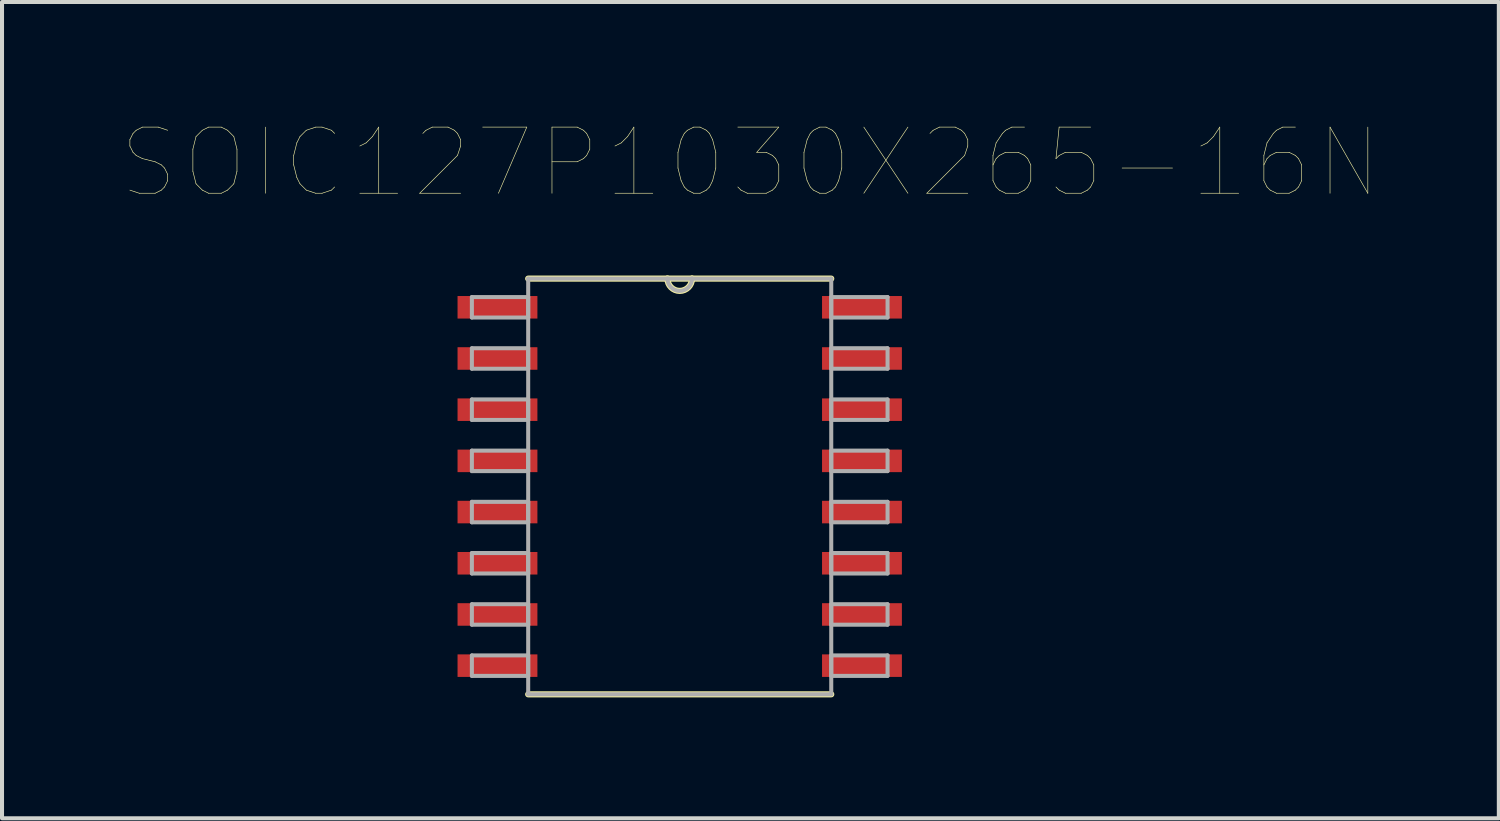
<source format=kicad_pcb>
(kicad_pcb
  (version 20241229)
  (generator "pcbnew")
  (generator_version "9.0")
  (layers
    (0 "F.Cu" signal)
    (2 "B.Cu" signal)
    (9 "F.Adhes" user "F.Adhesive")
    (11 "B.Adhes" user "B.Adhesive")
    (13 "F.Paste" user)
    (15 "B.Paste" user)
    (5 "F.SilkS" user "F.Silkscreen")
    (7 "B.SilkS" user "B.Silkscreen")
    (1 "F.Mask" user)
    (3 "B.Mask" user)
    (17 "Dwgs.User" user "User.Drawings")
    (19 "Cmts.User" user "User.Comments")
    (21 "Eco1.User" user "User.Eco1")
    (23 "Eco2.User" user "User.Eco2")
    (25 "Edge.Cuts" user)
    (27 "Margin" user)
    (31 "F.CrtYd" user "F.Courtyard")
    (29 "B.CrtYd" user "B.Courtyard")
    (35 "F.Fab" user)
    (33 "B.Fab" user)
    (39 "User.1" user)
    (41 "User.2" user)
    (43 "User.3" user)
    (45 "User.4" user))
  (footprint "SOIC127P1030X265-16N"
    (layer "F.Cu")
    (at 13.812 9.018)
    (property "Reference" "SOIC127P1030X265-16N" (at 1.754 -8.032 0) (layer "F.SilkS") (effects (font (size 1.641 1.641) (thickness 0.015))))
    (attr through_hole)
    (fp_line (start -3.759 5.156) (end 3.759 5.156) (stroke (width 0.152) (type solid)) (layer "F.SilkS"))
    (fp_line (start -0.305 -5.156) (end -3.759 -5.156) (stroke (width 0.152) (type solid)) (layer "F.SilkS"))
    (fp_line (start 0.305 -5.156) (end -0.305 -5.156) (stroke (width 0.152) (type solid)) (layer "F.SilkS"))
    (fp_line (start 3.759 -5.156) (end 0.305 -5.156) (stroke (width 0.152) (type solid)) (layer "F.SilkS"))
    (fp_arc (start 0.3048 -5.1562) (mid 0 -4.8514) (end -0.3048 -5.1562) (stroke (width 0.1524) (type solid)) (layer "F.SilkS"))
    (fp_line (start -5.156 -4.699) (end -5.156 -4.191) (stroke (width 0.1) (type solid)) (layer "F.Fab"))
    (fp_line (start -5.156 -4.191) (end -3.759 -4.191) (stroke (width 0.1) (type solid)) (layer "F.Fab"))
    (fp_line (start -5.156 -3.429) (end -5.156 -2.921) (stroke (width 0.1) (type solid)) (layer "F.Fab"))
    (fp_line (start -5.156 -2.921) (end -3.759 -2.921) (stroke (width 0.1) (type solid)) (layer "F.Fab"))
    (fp_line (start -5.156 -2.159) (end -5.156 -1.651) (stroke (width 0.1) (type solid)) (layer "F.Fab"))
    (fp_line (start -5.156 -1.651) (end -3.759 -1.651) (stroke (width 0.1) (type solid)) (layer "F.Fab"))
    (fp_line (start -5.156 -0.889) (end -5.156 -0.381) (stroke (width 0.1) (type solid)) (layer "F.Fab"))
    (fp_line (start -5.156 -0.381) (end -3.759 -0.381) (stroke (width 0.1) (type solid)) (layer "F.Fab"))
    (fp_line (start -5.156 0.381) (end -5.156 0.889) (stroke (width 0.1) (type solid)) (layer "F.Fab"))
    (fp_line (start -5.156 0.889) (end -3.759 0.889) (stroke (width 0.1) (type solid)) (layer "F.Fab"))
    (fp_line (start -5.156 1.651) (end -5.156 2.159) (stroke (width 0.1) (type solid)) (layer "F.Fab"))
    (fp_line (start -5.156 2.159) (end -3.759 2.159) (stroke (width 0.1) (type solid)) (layer "F.Fab"))
    (fp_line (start -5.156 2.921) (end -5.156 3.429) (stroke (width 0.1) (type solid)) (layer "F.Fab"))
    (fp_line (start -5.156 3.429) (end -3.759 3.429) (stroke (width 0.1) (type solid)) (layer "F.Fab"))
    (fp_line (start -5.156 4.191) (end -5.156 4.699) (stroke (width 0.1) (type solid)) (layer "F.Fab"))
    (fp_line (start -5.156 4.699) (end -3.759 4.699) (stroke (width 0.1) (type solid)) (layer "F.Fab"))
    (fp_line (start -3.759 -5.156) (end -3.759 5.156) (stroke (width 0.1) (type solid)) (layer "F.Fab"))
    (fp_line (start -3.759 -4.699) (end -5.156 -4.699) (stroke (width 0.1) (type solid)) (layer "F.Fab"))
    (fp_line (start -3.759 -4.191) (end -3.759 -4.699) (stroke (width 0.1) (type solid)) (layer "F.Fab"))
    (fp_line (start -3.759 -3.429) (end -5.156 -3.429) (stroke (width 0.1) (type solid)) (layer "F.Fab"))
    (fp_line (start -3.759 -2.921) (end -3.759 -3.429) (stroke (width 0.1) (type solid)) (layer "F.Fab"))
    (fp_line (start -3.759 -2.159) (end -5.156 -2.159) (stroke (width 0.1) (type solid)) (layer "F.Fab"))
    (fp_line (start -3.759 -1.651) (end -3.759 -2.159) (stroke (width 0.1) (type solid)) (layer "F.Fab"))
    (fp_line (start -3.759 -0.889) (end -5.156 -0.889) (stroke (width 0.1) (type solid)) (layer "F.Fab"))
    (fp_line (start -3.759 -0.381) (end -3.759 -0.889) (stroke (width 0.1) (type solid)) (layer "F.Fab"))
    (fp_line (start -3.759 0.381) (end -5.156 0.381) (stroke (width 0.1) (type solid)) (layer "F.Fab"))
    (fp_line (start -3.759 0.889) (end -3.759 0.381) (stroke (width 0.1) (type solid)) (layer "F.Fab"))
    (fp_line (start -3.759 1.651) (end -5.156 1.651) (stroke (width 0.1) (type solid)) (layer "F.Fab"))
    (fp_line (start -3.759 2.159) (end -3.759 1.651) (stroke (width 0.1) (type solid)) (layer "F.Fab"))
    (fp_line (start -3.759 2.921) (end -5.156 2.921) (stroke (width 0.1) (type solid)) (layer "F.Fab"))
    (fp_line (start -3.759 3.429) (end -3.759 2.921) (stroke (width 0.1) (type solid)) (layer "F.Fab"))
    (fp_line (start -3.759 4.191) (end -5.156 4.191) (stroke (width 0.1) (type solid)) (layer "F.Fab"))
    (fp_line (start -3.759 4.699) (end -3.759 4.191) (stroke (width 0.1) (type solid)) (layer "F.Fab"))
    (fp_line (start -3.759 5.156) (end 3.759 5.156) (stroke (width 0.1) (type solid)) (layer "F.Fab"))
    (fp_line (start -0.305 -5.156) (end -3.759 -5.156) (stroke (width 0.1) (type solid)) (layer "F.Fab"))
    (fp_line (start 0.305 -5.156) (end -0.305 -5.156) (stroke (width 0.1) (type solid)) (layer "F.Fab"))
    (fp_line (start 3.759 -5.156) (end 0.305 -5.156) (stroke (width 0.1) (type solid)) (layer "F.Fab"))
    (fp_line (start 3.759 -4.699) (end 3.759 -4.191) (stroke (width 0.1) (type solid)) (layer "F.Fab"))
    (fp_line (start 3.759 -4.191) (end 5.156 -4.191) (stroke (width 0.1) (type solid)) (layer "F.Fab"))
    (fp_line (start 3.759 -3.429) (end 3.759 -2.921) (stroke (width 0.1) (type solid)) (layer "F.Fab"))
    (fp_line (start 3.759 -2.921) (end 5.156 -2.921) (stroke (width 0.1) (type solid)) (layer "F.Fab"))
    (fp_line (start 3.759 -2.159) (end 3.759 -1.651) (stroke (width 0.1) (type solid)) (layer "F.Fab"))
    (fp_line (start 3.759 -1.651) (end 5.156 -1.651) (stroke (width 0.1) (type solid)) (layer "F.Fab"))
    (fp_line (start 3.759 -0.889) (end 3.759 -0.381) (stroke (width 0.1) (type solid)) (layer "F.Fab"))
    (fp_line (start 3.759 -0.381) (end 5.156 -0.381) (stroke (width 0.1) (type solid)) (layer "F.Fab"))
    (fp_line (start 3.759 0.381) (end 3.759 0.889) (stroke (width 0.1) (type solid)) (layer "F.Fab"))
    (fp_line (start 3.759 0.889) (end 5.156 0.889) (stroke (width 0.1) (type solid)) (layer "F.Fab"))
    (fp_line (start 3.759 1.651) (end 3.759 2.159) (stroke (width 0.1) (type solid)) (layer "F.Fab"))
    (fp_line (start 3.759 2.159) (end 5.156 2.159) (stroke (width 0.1) (type solid)) (layer "F.Fab"))
    (fp_line (start 3.759 2.921) (end 3.759 3.429) (stroke (width 0.1) (type solid)) (layer "F.Fab"))
    (fp_line (start 3.759 3.429) (end 5.156 3.429) (stroke (width 0.1) (type solid)) (layer "F.Fab"))
    (fp_line (start 3.759 4.191) (end 3.759 4.699) (stroke (width 0.1) (type solid)) (layer "F.Fab"))
    (fp_line (start 3.759 4.699) (end 5.156 4.699) (stroke (width 0.1) (type solid)) (layer "F.Fab"))
    (fp_line (start 3.759 5.156) (end 3.759 -5.156) (stroke (width 0.1) (type solid)) (layer "F.Fab"))
    (fp_line (start 5.156 -4.699) (end 3.759 -4.699) (stroke (width 0.1) (type solid)) (layer "F.Fab"))
    (fp_line (start 5.156 -4.191) (end 5.156 -4.699) (stroke (width 0.1) (type solid)) (layer "F.Fab"))
    (fp_line (start 5.156 -3.429) (end 3.759 -3.429) (stroke (width 0.1) (type solid)) (layer "F.Fab"))
    (fp_line (start 5.156 -2.921) (end 5.156 -3.429) (stroke (width 0.1) (type solid)) (layer "F.Fab"))
    (fp_line (start 5.156 -2.159) (end 3.759 -2.159) (stroke (width 0.1) (type solid)) (layer "F.Fab"))
    (fp_line (start 5.156 -1.651) (end 5.156 -2.159) (stroke (width 0.1) (type solid)) (layer "F.Fab"))
    (fp_line (start 5.156 -0.889) (end 3.759 -0.889) (stroke (width 0.1) (type solid)) (layer "F.Fab"))
    (fp_line (start 5.156 -0.381) (end 5.156 -0.889) (stroke (width 0.1) (type solid)) (layer "F.Fab"))
    (fp_line (start 5.156 0.381) (end 3.759 0.381) (stroke (width 0.1) (type solid)) (layer "F.Fab"))
    (fp_line (start 5.156 0.889) (end 5.156 0.381) (stroke (width 0.1) (type solid)) (layer "F.Fab"))
    (fp_line (start 5.156 1.651) (end 3.759 1.651) (stroke (width 0.1) (type solid)) (layer "F.Fab"))
    (fp_line (start 5.156 2.159) (end 5.156 1.651) (stroke (width 0.1) (type solid)) (layer "F.Fab"))
    (fp_line (start 5.156 2.921) (end 3.759 2.921) (stroke (width 0.1) (type solid)) (layer "F.Fab"))
    (fp_line (start 5.156 3.429) (end 5.156 2.921) (stroke (width 0.1) (type solid)) (layer "F.Fab"))
    (fp_line (start 5.156 4.191) (end 3.759 4.191) (stroke (width 0.1) (type solid)) (layer "F.Fab"))
    (fp_line (start 5.156 4.699) (end 5.156 4.191) (stroke (width 0.1) (type solid)) (layer "F.Fab"))
    (fp_arc (start 0.3048 -5.1562) (mid 0 -4.8514) (end -0.3048 -5.1562) (stroke (width 0.1) (type solid)) (layer "F.Fab"))
    (pad "1" smd rect (at -4.521 -4.445) (size 1.981 0.559) (layers "F.Cu" "F.Mask" "F.Paste"))
    (pad "2" smd rect (at -4.521 -3.175) (size 1.981 0.559) (layers "F.Cu" "F.Mask" "F.Paste"))
    (pad "3" smd rect (at -4.521 -1.905) (size 1.981 0.559) (layers "F.Cu" "F.Mask" "F.Paste"))
    (pad "4" smd rect (at -4.521 -0.635) (size 1.981 0.559) (layers "F.Cu" "F.Mask" "F.Paste"))
    (pad "5" smd rect (at -4.521 0.635) (size 1.981 0.559) (layers "F.Cu" "F.Mask" "F.Paste"))
    (pad "6" smd rect (at -4.521 1.905) (size 1.981 0.559) (layers "F.Cu" "F.Mask" "F.Paste"))
    (pad "7" smd rect (at -4.521 3.175) (size 1.981 0.559) (layers "F.Cu" "F.Mask" "F.Paste"))
    (pad "8" smd rect (at -4.521 4.445) (size 1.981 0.559) (layers "F.Cu" "F.Mask" "F.Paste"))
    (pad "9" smd rect (at 4.521 4.445) (size 1.981 0.559) (layers "F.Cu" "F.Mask" "F.Paste"))
    (pad "10" smd rect (at 4.521 3.175) (size 1.981 0.559) (layers "F.Cu" "F.Mask" "F.Paste"))
    (pad "11" smd rect (at 4.521 1.905) (size 1.981 0.559) (layers "F.Cu" "F.Mask" "F.Paste"))
    (pad "12" smd rect (at 4.521 0.635) (size 1.981 0.559) (layers "F.Cu" "F.Mask" "F.Paste"))
    (pad "13" smd rect (at 4.521 -0.635) (size 1.981 0.559) (layers "F.Cu" "F.Mask" "F.Paste"))
    (pad "14" smd rect (at 4.521 -1.905) (size 1.981 0.559) (layers "F.Cu" "F.Mask" "F.Paste"))
    (pad "15" smd rect (at 4.521 -3.175) (size 1.981 0.559) (layers "F.Cu" "F.Mask" "F.Paste"))
    (pad "16" smd rect (at 4.521 -4.445) (size 1.981 0.559) (layers "F.Cu" "F.Mask" "F.Paste")))
  (gr_rect
    (start -3 -3)
    (end 34.132 17.25)
    (stroke (width 0.1) (type default))
    (fill no)
    (layer "Edge.Cuts")))
</source>
